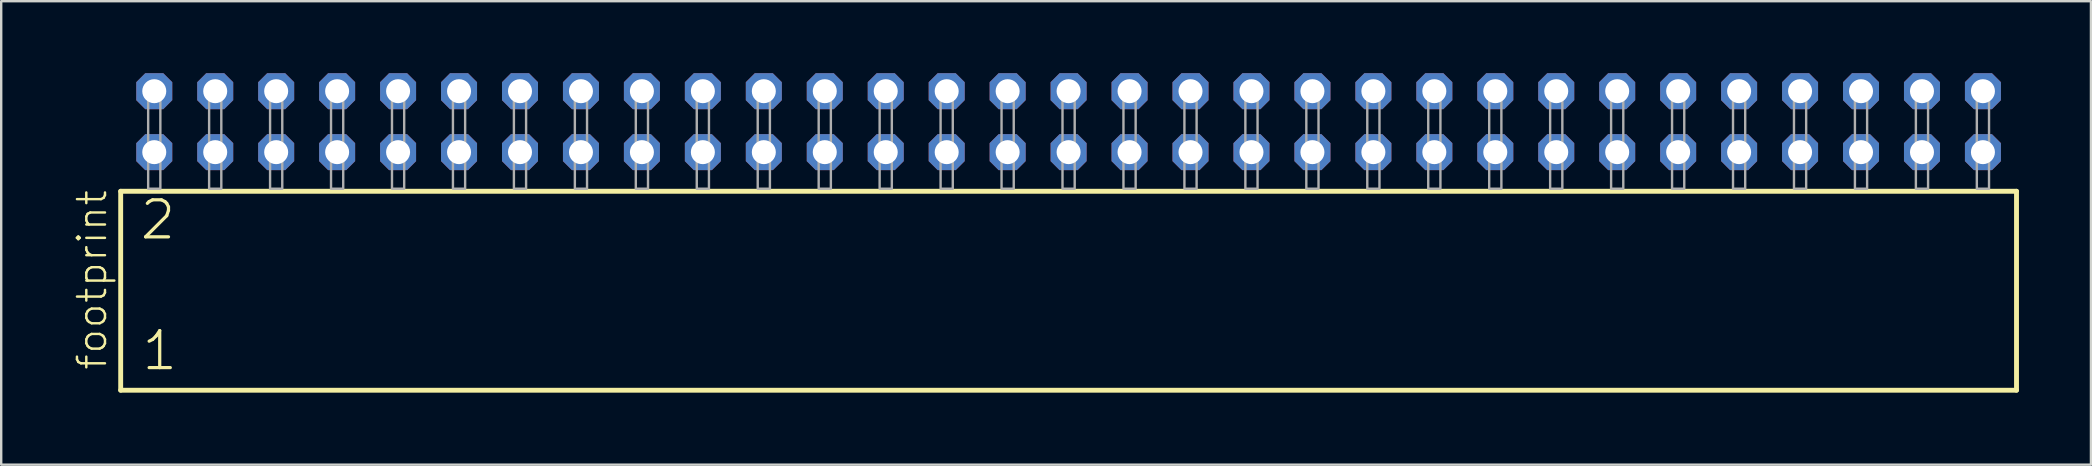
<source format=kicad_pcb>
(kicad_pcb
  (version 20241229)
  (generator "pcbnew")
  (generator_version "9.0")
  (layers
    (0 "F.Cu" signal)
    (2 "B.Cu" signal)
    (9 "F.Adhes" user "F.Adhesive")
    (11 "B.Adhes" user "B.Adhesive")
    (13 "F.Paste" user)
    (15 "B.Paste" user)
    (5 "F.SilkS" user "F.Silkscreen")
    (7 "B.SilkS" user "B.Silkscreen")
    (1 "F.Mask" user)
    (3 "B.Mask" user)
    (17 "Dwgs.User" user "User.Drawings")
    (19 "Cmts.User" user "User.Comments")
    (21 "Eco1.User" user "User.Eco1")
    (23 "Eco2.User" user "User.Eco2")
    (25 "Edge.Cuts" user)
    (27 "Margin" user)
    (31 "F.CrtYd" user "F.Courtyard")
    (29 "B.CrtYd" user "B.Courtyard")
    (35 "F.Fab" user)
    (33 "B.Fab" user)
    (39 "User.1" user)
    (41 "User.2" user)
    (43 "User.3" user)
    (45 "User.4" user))
  (footprint "footprint"
    (layer "F.Cu")
    (at 41.478 4.814)
    (property "Reference" "footprint" (at -40.005 7.62 90) (layer "F.SilkS") (effects (font (size 1.168 1.168) (thickness 0.102)) (justify left bottom)))
    (fp_line (start -39.499 0.106) (end -39.499 8.396) (stroke (width 0.203) (type solid)) (layer "F.SilkS"))
    (fp_line (start -39.499 8.396) (end 39.499 8.396) (stroke (width 0.203) (type solid)) (layer "F.SilkS"))
    (fp_line (start 39.499 0.106) (end -39.499 0.106) (stroke (width 0.203) (type solid)) (layer "F.SilkS"))
    (fp_line (start 39.499 8.396) (end 39.499 0.106) (stroke (width 0.203) (type solid)) (layer "F.SilkS"))
    (fp_poly (pts (xy -38.354 0) (xy -37.846 0) (xy -37.846 -4.318) (xy -38.354 -4.318)) (stroke (width 0.1) (type solid)) (fill no) (layer "F.Fab"))
    (fp_poly (pts (xy -35.814 0) (xy -35.306 0) (xy -35.306 -4.318) (xy -35.814 -4.318)) (stroke (width 0.1) (type solid)) (fill no) (layer "F.Fab"))
    (fp_poly (pts (xy -33.274 0) (xy -32.766 0) (xy -32.766 -4.318) (xy -33.274 -4.318)) (stroke (width 0.1) (type solid)) (fill no) (layer "F.Fab"))
    (fp_poly (pts (xy -30.734 0) (xy -30.226 0) (xy -30.226 -4.318) (xy -30.734 -4.318)) (stroke (width 0.1) (type solid)) (fill no) (layer "F.Fab"))
    (fp_poly (pts (xy -28.194 0) (xy -27.686 0) (xy -27.686 -4.318) (xy -28.194 -4.318)) (stroke (width 0.1) (type solid)) (fill no) (layer "F.Fab"))
    (fp_poly (pts (xy -25.654 0) (xy -25.146 0) (xy -25.146 -4.318) (xy -25.654 -4.318)) (stroke (width 0.1) (type solid)) (fill no) (layer "F.Fab"))
    (fp_poly (pts (xy -23.114 0) (xy -22.606 0) (xy -22.606 -4.318) (xy -23.114 -4.318)) (stroke (width 0.1) (type solid)) (fill no) (layer "F.Fab"))
    (fp_poly (pts (xy -20.574 0) (xy -20.066 0) (xy -20.066 -4.318) (xy -20.574 -4.318)) (stroke (width 0.1) (type solid)) (fill no) (layer "F.Fab"))
    (fp_poly (pts (xy -18.034 0) (xy -17.526 0) (xy -17.526 -4.318) (xy -18.034 -4.318)) (stroke (width 0.1) (type solid)) (fill no) (layer "F.Fab"))
    (fp_poly (pts (xy -15.494 0) (xy -14.986 0) (xy -14.986 -4.318) (xy -15.494 -4.318)) (stroke (width 0.1) (type solid)) (fill no) (layer "F.Fab"))
    (fp_poly (pts (xy -12.954 0) (xy -12.446 0) (xy -12.446 -4.318) (xy -12.954 -4.318)) (stroke (width 0.1) (type solid)) (fill no) (layer "F.Fab"))
    (fp_poly (pts (xy -10.414 0) (xy -9.906 0) (xy -9.906 -4.318) (xy -10.414 -4.318)) (stroke (width 0.1) (type solid)) (fill no) (layer "F.Fab"))
    (fp_poly (pts (xy -7.874 0) (xy -7.366 0) (xy -7.366 -4.318) (xy -7.874 -4.318)) (stroke (width 0.1) (type solid)) (fill no) (layer "F.Fab"))
    (fp_poly (pts (xy -5.334 0) (xy -4.826 0) (xy -4.826 -4.318) (xy -5.334 -4.318)) (stroke (width 0.1) (type solid)) (fill no) (layer "F.Fab"))
    (fp_poly (pts (xy -2.794 0) (xy -2.286 0) (xy -2.286 -4.318) (xy -2.794 -4.318)) (stroke (width 0.1) (type solid)) (fill no) (layer "F.Fab"))
    (fp_poly (pts (xy -0.254 0) (xy 0.254 0) (xy 0.254 -4.318) (xy -0.254 -4.318)) (stroke (width 0.1) (type solid)) (fill no) (layer "F.Fab"))
    (fp_poly (pts (xy 2.286 0) (xy 2.794 0) (xy 2.794 -4.318) (xy 2.286 -4.318)) (stroke (width 0.1) (type solid)) (fill no) (layer "F.Fab"))
    (fp_poly (pts (xy 4.826 0) (xy 5.334 0) (xy 5.334 -4.318) (xy 4.826 -4.318)) (stroke (width 0.1) (type solid)) (fill no) (layer "F.Fab"))
    (fp_poly (pts (xy 7.366 0) (xy 7.874 0) (xy 7.874 -4.318) (xy 7.366 -4.318)) (stroke (width 0.1) (type solid)) (fill no) (layer "F.Fab"))
    (fp_poly (pts (xy 9.906 0) (xy 10.414 0) (xy 10.414 -4.318) (xy 9.906 -4.318)) (stroke (width 0.1) (type solid)) (fill no) (layer "F.Fab"))
    (fp_poly (pts (xy 12.446 0) (xy 12.954 0) (xy 12.954 -4.318) (xy 12.446 -4.318)) (stroke (width 0.1) (type solid)) (fill no) (layer "F.Fab"))
    (fp_poly (pts (xy 14.986 0) (xy 15.494 0) (xy 15.494 -4.318) (xy 14.986 -4.318)) (stroke (width 0.1) (type solid)) (fill no) (layer "F.Fab"))
    (fp_poly (pts (xy 17.526 0) (xy 18.034 0) (xy 18.034 -4.318) (xy 17.526 -4.318)) (stroke (width 0.1) (type solid)) (fill no) (layer "F.Fab"))
    (fp_poly (pts (xy 20.066 0) (xy 20.574 0) (xy 20.574 -4.318) (xy 20.066 -4.318)) (stroke (width 0.1) (type solid)) (fill no) (layer "F.Fab"))
    (fp_poly (pts (xy 22.606 0) (xy 23.114 0) (xy 23.114 -4.318) (xy 22.606 -4.318)) (stroke (width 0.1) (type solid)) (fill no) (layer "F.Fab"))
    (fp_poly (pts (xy 25.146 0) (xy 25.654 0) (xy 25.654 -4.318) (xy 25.146 -4.318)) (stroke (width 0.1) (type solid)) (fill no) (layer "F.Fab"))
    (fp_poly (pts (xy 27.686 0) (xy 28.194 0) (xy 28.194 -4.318) (xy 27.686 -4.318)) (stroke (width 0.1) (type solid)) (fill no) (layer "F.Fab"))
    (fp_poly (pts (xy 30.226 0) (xy 30.734 0) (xy 30.734 -4.318) (xy 30.226 -4.318)) (stroke (width 0.1) (type solid)) (fill no) (layer "F.Fab"))
    (fp_poly (pts (xy 32.766 0) (xy 33.274 0) (xy 33.274 -4.318) (xy 32.766 -4.318)) (stroke (width 0.1) (type solid)) (fill no) (layer "F.Fab"))
    (fp_poly (pts (xy 35.306 0) (xy 35.814 0) (xy 35.814 -4.318) (xy 35.306 -4.318)) (stroke (width 0.1) (type solid)) (fill no) (layer "F.Fab"))
    (fp_poly (pts (xy 37.846 0) (xy 38.354 0) (xy 38.354 -4.318) (xy 37.846 -4.318)) (stroke (width 0.1) (type solid)) (fill no) (layer "F.Fab"))
    (fp_text user "2" (at -38.77 2.2 0) (layer "F.SilkS") (effects (font (size 1.542 1.542) (thickness 0.134)) (justify left bottom)))
    (fp_text user "1" (at -38.695 7.65 0) (layer "F.SilkS") (effects (font (size 1.542 1.542) (thickness 0.134)) (justify left bottom)))
    (pad "1" thru_hole roundrect (at -38.1 -1.524) (size 1.5 1.5) (drill 1) (layers "*.Cu" "*.Mask") (roundrect_rratio 0.25) (chamfer_ratio 0.25) (chamfer top_left top_right bottom_left bottom_right))
    (pad "2" thru_hole roundrect (at -38.1 -4.064) (size 1.5 1.5) (drill 1) (layers "*.Cu" "*.Mask") (roundrect_rratio 0.25) (chamfer_ratio 0.25) (chamfer top_left top_right bottom_left bottom_right))
    (pad "3" thru_hole roundrect (at -35.56 -1.524) (size 1.5 1.5) (drill 1) (layers "*.Cu" "*.Mask") (roundrect_rratio 0.25) (chamfer_ratio 0.25) (chamfer top_left top_right bottom_left bottom_right))
    (pad "4" thru_hole roundrect (at -35.56 -4.064) (size 1.5 1.5) (drill 1) (layers "*.Cu" "*.Mask") (roundrect_rratio 0.25) (chamfer_ratio 0.25) (chamfer top_left top_right bottom_left bottom_right))
    (pad "5" thru_hole roundrect (at -33.02 -1.524) (size 1.5 1.5) (drill 1) (layers "*.Cu" "*.Mask") (roundrect_rratio 0.25) (chamfer_ratio 0.25) (chamfer top_left top_right bottom_left bottom_right))
    (pad "6" thru_hole roundrect (at -33.02 -4.064) (size 1.5 1.5) (drill 1) (layers "*.Cu" "*.Mask") (roundrect_rratio 0.25) (chamfer_ratio 0.25) (chamfer top_left top_right bottom_left bottom_right))
    (pad "7" thru_hole roundrect (at -30.48 -1.524) (size 1.5 1.5) (drill 1) (layers "*.Cu" "*.Mask") (roundrect_rratio 0.25) (chamfer_ratio 0.25) (chamfer top_left top_right bottom_left bottom_right))
    (pad "8" thru_hole roundrect (at -30.48 -4.064) (size 1.5 1.5) (drill 1) (layers "*.Cu" "*.Mask") (roundrect_rratio 0.25) (chamfer_ratio 0.25) (chamfer top_left top_right bottom_left bottom_right))
    (pad "9" thru_hole roundrect (at -27.94 -1.524) (size 1.5 1.5) (drill 1) (layers "*.Cu" "*.Mask") (roundrect_rratio 0.25) (chamfer_ratio 0.25) (chamfer top_left top_right bottom_left bottom_right))
    (pad "10" thru_hole roundrect (at -27.94 -4.064) (size 1.5 1.5) (drill 1) (layers "*.Cu" "*.Mask") (roundrect_rratio 0.25) (chamfer_ratio 0.25) (chamfer top_left top_right bottom_left bottom_right))
    (pad "11" thru_hole roundrect (at -25.4 -1.524) (size 1.5 1.5) (drill 1) (layers "*.Cu" "*.Mask") (roundrect_rratio 0.25) (chamfer_ratio 0.25) (chamfer top_left top_right bottom_left bottom_right))
    (pad "12" thru_hole roundrect (at -25.4 -4.064) (size 1.5 1.5) (drill 1) (layers "*.Cu" "*.Mask") (roundrect_rratio 0.25) (chamfer_ratio 0.25) (chamfer top_left top_right bottom_left bottom_right))
    (pad "13" thru_hole roundrect (at -22.86 -1.524) (size 1.5 1.5) (drill 1) (layers "*.Cu" "*.Mask") (roundrect_rratio 0.25) (chamfer_ratio 0.25) (chamfer top_left top_right bottom_left bottom_right))
    (pad "14" thru_hole roundrect (at -22.86 -4.064) (size 1.5 1.5) (drill 1) (layers "*.Cu" "*.Mask") (roundrect_rratio 0.25) (chamfer_ratio 0.25) (chamfer top_left top_right bottom_left bottom_right))
    (pad "15" thru_hole roundrect (at -20.32 -1.524) (size 1.5 1.5) (drill 1) (layers "*.Cu" "*.Mask") (roundrect_rratio 0.25) (chamfer_ratio 0.25) (chamfer top_left top_right bottom_left bottom_right))
    (pad "16" thru_hole roundrect (at -20.32 -4.064) (size 1.5 1.5) (drill 1) (layers "*.Cu" "*.Mask") (roundrect_rratio 0.25) (chamfer_ratio 0.25) (chamfer top_left top_right bottom_left bottom_right))
    (pad "17" thru_hole roundrect (at -17.78 -1.524) (size 1.5 1.5) (drill 1) (layers "*.Cu" "*.Mask") (roundrect_rratio 0.25) (chamfer_ratio 0.25) (chamfer top_left top_right bottom_left bottom_right))
    (pad "18" thru_hole roundrect (at -17.78 -4.064) (size 1.5 1.5) (drill 1) (layers "*.Cu" "*.Mask") (roundrect_rratio 0.25) (chamfer_ratio 0.25) (chamfer top_left top_right bottom_left bottom_right))
    (pad "19" thru_hole roundrect (at -15.24 -1.524) (size 1.5 1.5) (drill 1) (layers "*.Cu" "*.Mask") (roundrect_rratio 0.25) (chamfer_ratio 0.25) (chamfer top_left top_right bottom_left bottom_right))
    (pad "20" thru_hole roundrect (at -15.24 -4.064) (size 1.5 1.5) (drill 1) (layers "*.Cu" "*.Mask") (roundrect_rratio 0.25) (chamfer_ratio 0.25) (chamfer top_left top_right bottom_left bottom_right))
    (pad "21" thru_hole roundrect (at -12.7 -1.524) (size 1.5 1.5) (drill 1) (layers "*.Cu" "*.Mask") (roundrect_rratio 0.25) (chamfer_ratio 0.25) (chamfer top_left top_right bottom_left bottom_right))
    (pad "22" thru_hole roundrect (at -12.7 -4.064) (size 1.5 1.5) (drill 1) (layers "*.Cu" "*.Mask") (roundrect_rratio 0.25) (chamfer_ratio 0.25) (chamfer top_left top_right bottom_left bottom_right))
    (pad "23" thru_hole roundrect (at -10.16 -1.524) (size 1.5 1.5) (drill 1) (layers "*.Cu" "*.Mask") (roundrect_rratio 0.25) (chamfer_ratio 0.25) (chamfer top_left top_right bottom_left bottom_right))
    (pad "24" thru_hole roundrect (at -10.16 -4.064) (size 1.5 1.5) (drill 1) (layers "*.Cu" "*.Mask") (roundrect_rratio 0.25) (chamfer_ratio 0.25) (chamfer top_left top_right bottom_left bottom_right))
    (pad "25" thru_hole roundrect (at -7.62 -1.524) (size 1.5 1.5) (drill 1) (layers "*.Cu" "*.Mask") (roundrect_rratio 0.25) (chamfer_ratio 0.25) (chamfer top_left top_right bottom_left bottom_right))
    (pad "26" thru_hole roundrect (at -7.62 -4.064) (size 1.5 1.5) (drill 1) (layers "*.Cu" "*.Mask") (roundrect_rratio 0.25) (chamfer_ratio 0.25) (chamfer top_left top_right bottom_left bottom_right))
    (pad "27" thru_hole roundrect (at -5.08 -1.524) (size 1.5 1.5) (drill 1) (layers "*.Cu" "*.Mask") (roundrect_rratio 0.25) (chamfer_ratio 0.25) (chamfer top_left top_right bottom_left bottom_right))
    (pad "28" thru_hole roundrect (at -5.08 -4.064) (size 1.5 1.5) (drill 1) (layers "*.Cu" "*.Mask") (roundrect_rratio 0.25) (chamfer_ratio 0.25) (chamfer top_left top_right bottom_left bottom_right))
    (pad "29" thru_hole roundrect (at -2.54 -1.524) (size 1.5 1.5) (drill 1) (layers "*.Cu" "*.Mask") (roundrect_rratio 0.25) (chamfer_ratio 0.25) (chamfer top_left top_right bottom_left bottom_right))
    (pad "30" thru_hole roundrect (at -2.54 -4.064) (size 1.5 1.5) (drill 1) (layers "*.Cu" "*.Mask") (roundrect_rratio 0.25) (chamfer_ratio 0.25) (chamfer top_left top_right bottom_left bottom_right))
    (pad "31" thru_hole roundrect (at 0 -1.524) (size 1.5 1.5) (drill 1) (layers "*.Cu" "*.Mask") (roundrect_rratio 0.25) (chamfer_ratio 0.25) (chamfer top_left top_right bottom_left bottom_right))
    (pad "32" thru_hole roundrect (at 0 -4.064) (size 1.5 1.5) (drill 1) (layers "*.Cu" "*.Mask") (roundrect_rratio 0.25) (chamfer_ratio 0.25) (chamfer top_left top_right bottom_left bottom_right))
    (pad "33" thru_hole roundrect (at 2.54 -1.524) (size 1.5 1.5) (drill 1) (layers "*.Cu" "*.Mask") (roundrect_rratio 0.25) (chamfer_ratio 0.25) (chamfer top_left top_right bottom_left bottom_right))
    (pad "34" thru_hole roundrect (at 2.54 -4.064) (size 1.5 1.5) (drill 1) (layers "*.Cu" "*.Mask") (roundrect_rratio 0.25) (chamfer_ratio 0.25) (chamfer top_left top_right bottom_left bottom_right))
    (pad "35" thru_hole roundrect (at 5.08 -1.524) (size 1.5 1.5) (drill 1) (layers "*.Cu" "*.Mask") (roundrect_rratio 0.25) (chamfer_ratio 0.25) (chamfer top_left top_right bottom_left bottom_right))
    (pad "36" thru_hole roundrect (at 5.08 -4.064) (size 1.5 1.5) (drill 1) (layers "*.Cu" "*.Mask") (roundrect_rratio 0.25) (chamfer_ratio 0.25) (chamfer top_left top_right bottom_left bottom_right))
    (pad "37" thru_hole roundrect (at 7.62 -1.524) (size 1.5 1.5) (drill 1) (layers "*.Cu" "*.Mask") (roundrect_rratio 0.25) (chamfer_ratio 0.25) (chamfer top_left top_right bottom_left bottom_right))
    (pad "38" thru_hole roundrect (at 7.62 -4.064) (size 1.5 1.5) (drill 1) (layers "*.Cu" "*.Mask") (roundrect_rratio 0.25) (chamfer_ratio 0.25) (chamfer top_left top_right bottom_left bottom_right))
    (pad "39" thru_hole roundrect (at 10.16 -1.524) (size 1.5 1.5) (drill 1) (layers "*.Cu" "*.Mask") (roundrect_rratio 0.25) (chamfer_ratio 0.25) (chamfer top_left top_right bottom_left bottom_right))
    (pad "40" thru_hole roundrect (at 10.16 -4.064) (size 1.5 1.5) (drill 1) (layers "*.Cu" "*.Mask") (roundrect_rratio 0.25) (chamfer_ratio 0.25) (chamfer top_left top_right bottom_left bottom_right))
    (pad "41" thru_hole roundrect (at 12.7 -1.524) (size 1.5 1.5) (drill 1) (layers "*.Cu" "*.Mask") (roundrect_rratio 0.25) (chamfer_ratio 0.25) (chamfer top_left top_right bottom_left bottom_right))
    (pad "42" thru_hole roundrect (at 12.7 -4.064) (size 1.5 1.5) (drill 1) (layers "*.Cu" "*.Mask") (roundrect_rratio 0.25) (chamfer_ratio 0.25) (chamfer top_left top_right bottom_left bottom_right))
    (pad "43" thru_hole roundrect (at 15.24 -1.524) (size 1.5 1.5) (drill 1) (layers "*.Cu" "*.Mask") (roundrect_rratio 0.25) (chamfer_ratio 0.25) (chamfer top_left top_right bottom_left bottom_right))
    (pad "44" thru_hole roundrect (at 15.24 -4.064) (size 1.5 1.5) (drill 1) (layers "*.Cu" "*.Mask") (roundrect_rratio 0.25) (chamfer_ratio 0.25) (chamfer top_left top_right bottom_left bottom_right))
    (pad "45" thru_hole roundrect (at 17.78 -1.524) (size 1.5 1.5) (drill 1) (layers "*.Cu" "*.Mask") (roundrect_rratio 0.25) (chamfer_ratio 0.25) (chamfer top_left top_right bottom_left bottom_right))
    (pad "46" thru_hole roundrect (at 17.78 -4.064) (size 1.5 1.5) (drill 1) (layers "*.Cu" "*.Mask") (roundrect_rratio 0.25) (chamfer_ratio 0.25) (chamfer top_left top_right bottom_left bottom_right))
    (pad "47" thru_hole roundrect (at 20.32 -1.524) (size 1.5 1.5) (drill 1) (layers "*.Cu" "*.Mask") (roundrect_rratio 0.25) (chamfer_ratio 0.25) (chamfer top_left top_right bottom_left bottom_right))
    (pad "48" thru_hole roundrect (at 20.32 -4.064) (size 1.5 1.5) (drill 1) (layers "*.Cu" "*.Mask") (roundrect_rratio 0.25) (chamfer_ratio 0.25) (chamfer top_left top_right bottom_left bottom_right))
    (pad "49" thru_hole roundrect (at 22.86 -1.524) (size 1.5 1.5) (drill 1) (layers "*.Cu" "*.Mask") (roundrect_rratio 0.25) (chamfer_ratio 0.25) (chamfer top_left top_right bottom_left bottom_right))
    (pad "50" thru_hole roundrect (at 22.86 -4.064) (size 1.5 1.5) (drill 1) (layers "*.Cu" "*.Mask") (roundrect_rratio 0.25) (chamfer_ratio 0.25) (chamfer top_left top_right bottom_left bottom_right))
    (pad "51" thru_hole roundrect (at 25.4 -1.524) (size 1.5 1.5) (drill 1) (layers "*.Cu" "*.Mask") (roundrect_rratio 0.25) (chamfer_ratio 0.25) (chamfer top_left top_right bottom_left bottom_right))
    (pad "52" thru_hole roundrect (at 25.4 -4.064) (size 1.5 1.5) (drill 1) (layers "*.Cu" "*.Mask") (roundrect_rratio 0.25) (chamfer_ratio 0.25) (chamfer top_left top_right bottom_left bottom_right))
    (pad "53" thru_hole roundrect (at 27.94 -1.524) (size 1.5 1.5) (drill 1) (layers "*.Cu" "*.Mask") (roundrect_rratio 0.25) (chamfer_ratio 0.25) (chamfer top_left top_right bottom_left bottom_right))
    (pad "54" thru_hole roundrect (at 27.94 -4.064) (size 1.5 1.5) (drill 1) (layers "*.Cu" "*.Mask") (roundrect_rratio 0.25) (chamfer_ratio 0.25) (chamfer top_left top_right bottom_left bottom_right))
    (pad "55" thru_hole roundrect (at 30.48 -1.524) (size 1.5 1.5) (drill 1) (layers "*.Cu" "*.Mask") (roundrect_rratio 0.25) (chamfer_ratio 0.25) (chamfer top_left top_right bottom_left bottom_right))
    (pad "56" thru_hole roundrect (at 30.48 -4.064) (size 1.5 1.5) (drill 1) (layers "*.Cu" "*.Mask") (roundrect_rratio 0.25) (chamfer_ratio 0.25) (chamfer top_left top_right bottom_left bottom_right))
    (pad "57" thru_hole roundrect (at 33.02 -1.524) (size 1.5 1.5) (drill 1) (layers "*.Cu" "*.Mask") (roundrect_rratio 0.25) (chamfer_ratio 0.25) (chamfer top_left top_right bottom_left bottom_right))
    (pad "58" thru_hole roundrect (at 33.02 -4.064) (size 1.5 1.5) (drill 1) (layers "*.Cu" "*.Mask") (roundrect_rratio 0.25) (chamfer_ratio 0.25) (chamfer top_left top_right bottom_left bottom_right))
    (pad "59" thru_hole roundrect (at 35.56 -1.524) (size 1.5 1.5) (drill 1) (layers "*.Cu" "*.Mask") (roundrect_rratio 0.25) (chamfer_ratio 0.25) (chamfer top_left top_right bottom_left bottom_right))
    (pad "60" thru_hole roundrect (at 35.56 -4.064) (size 1.5 1.5) (drill 1) (layers "*.Cu" "*.Mask") (roundrect_rratio 0.25) (chamfer_ratio 0.25) (chamfer top_left top_right bottom_left bottom_right))
    (pad "61" thru_hole roundrect (at 38.1 -1.524) (size 1.5 1.5) (drill 1) (layers "*.Cu" "*.Mask") (roundrect_rratio 0.25) (chamfer_ratio 0.25) (chamfer top_left top_right bottom_left bottom_right))
    (pad "62" thru_hole roundrect (at 38.1 -4.064) (size 1.5 1.5) (drill 1) (layers "*.Cu" "*.Mask") (roundrect_rratio 0.25) (chamfer_ratio 0.25) (chamfer top_left top_right bottom_left bottom_right)))
  (gr_rect
    (start -3 -3)
    (end 84.079 16.312)
    (stroke (width 0.1) (type default))
    (fill no)
    (layer "Edge.Cuts")))
</source>
